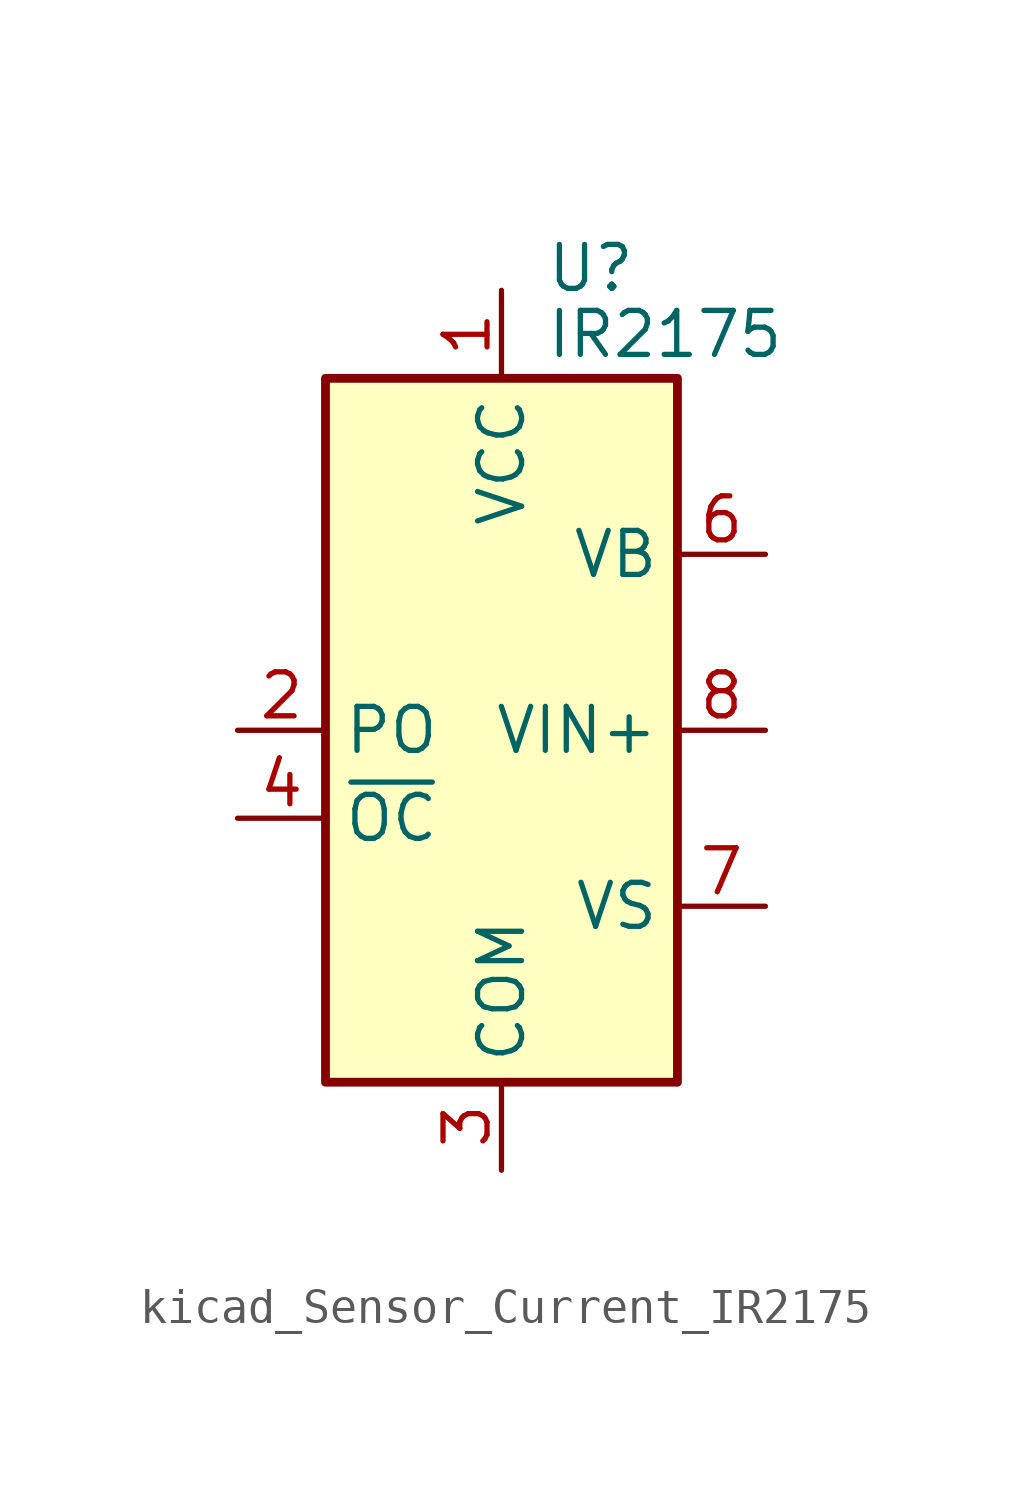
<source format=kicad_sym>
(kicad_symbol_lib
  (version 20220914)
  (generator kicad_symbol_editor)
  (symbol "kicad_Sensor_Current_IR2175"
    (property "Reference" "U"
      (at 1.27 13.335 0)
      (effects (font (size 1.27 1.27)) (justify left)))
    (property "Value" "IR2175"
      (at 1.27 11.43 0)
      (effects (font (size 1.27 1.27)) (justify left)))
    (symbol "kicad_Sensor_Current_IR2175_0_1"
      (rectangle (start -5.08 -10.16) (end 5.08 10.16) (stroke (width 0.254) (type default)) (fill (type background))))
    (symbol "kicad_Sensor_Current_IR2175_1_1"
      (pin power_in line (at 0 12.7 270) (length 2.54) (name "VCC" (effects (font (size 1.27 1.27)))) (number "1" (effects (font (size 1.27 1.27)))))
      (pin output line (at -7.62 0 0) (length 2.54) (name "PO" (effects (font (size 1.27 1.27)))) (number "2" (effects (font (size 1.27 1.27)))))
      (pin power_in line (at 0 -12.7 90) (length 2.54) (name "COM" (effects (font (size 1.27 1.27)))) (number "3" (effects (font (size 1.27 1.27)))))
      (pin output line (at -7.62 -2.54 0) (length 2.54) (name "~{OC}" (effects (font (size 1.27 1.27)))) (number "4" (effects (font (size 1.27 1.27)))))
      (pin no_connect line (at -5.08 2.54 0) (length 2.54) hide (name "NC" (effects (font (size 1.27 1.27)))) (number "5" (effects (font (size 1.27 1.27)))))
      (pin passive line (at 7.62 5.08 180) (length 2.54) (name "VB" (effects (font (size 1.27 1.27)))) (number "6" (effects (font (size 1.27 1.27)))))
      (pin passive line (at 7.62 -5.08 180) (length 2.54) (name "VS" (effects (font (size 1.27 1.27)))) (number "7" (effects (font (size 1.27 1.27)))))
      (pin passive line (at 7.62 0 180) (length 2.54) (name "VIN+" (effects (font (size 1.27 1.27)))) (number "8" (effects (font (size 1.27 1.27))))))))
</source>
